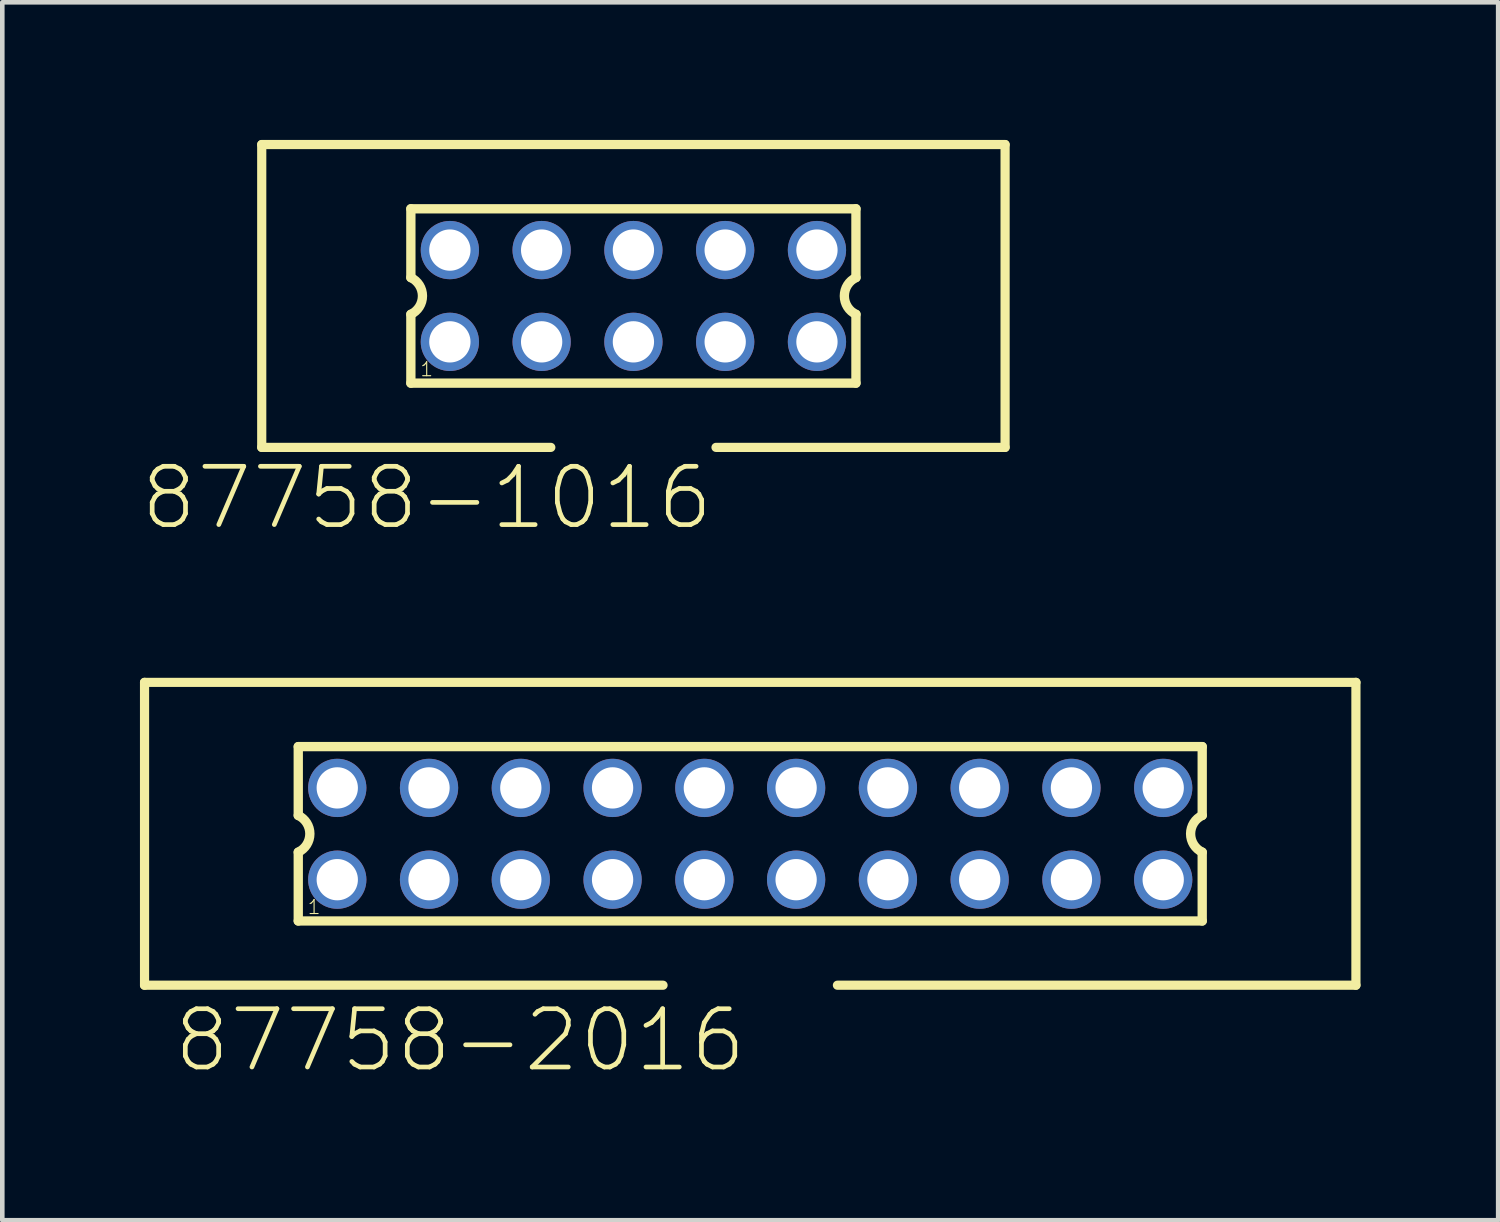
<source format=kicad_pcb>
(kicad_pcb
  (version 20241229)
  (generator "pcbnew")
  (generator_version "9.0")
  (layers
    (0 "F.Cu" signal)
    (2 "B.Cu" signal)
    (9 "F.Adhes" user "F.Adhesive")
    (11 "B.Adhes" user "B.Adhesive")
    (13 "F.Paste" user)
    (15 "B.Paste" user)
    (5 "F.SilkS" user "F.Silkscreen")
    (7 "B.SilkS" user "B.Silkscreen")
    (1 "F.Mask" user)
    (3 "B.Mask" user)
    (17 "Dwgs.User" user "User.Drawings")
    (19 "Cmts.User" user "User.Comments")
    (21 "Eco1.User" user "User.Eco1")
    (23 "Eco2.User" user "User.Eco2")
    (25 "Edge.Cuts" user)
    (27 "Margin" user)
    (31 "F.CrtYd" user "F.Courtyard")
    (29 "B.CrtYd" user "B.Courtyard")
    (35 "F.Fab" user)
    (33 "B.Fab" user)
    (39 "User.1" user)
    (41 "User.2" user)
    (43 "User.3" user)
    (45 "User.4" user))
  (footprint "87758-2016"
    (layer "F.Cu")
    (at 13.3 15.121)
    (property "Reference" "87758-2016" (at -6.324 4.5 0) (layer "F.SilkS") (effects (font (size 1.27 1.27) (thickness 0.102))))
    (attr through_hole)
    (fp_line (start -13.2 -3.3) (end -13.2 3.3) (stroke (width 0.2) (type solid)) (layer "F.SilkS"))
    (fp_line (start -13.2 -3.3) (end 13.2 -3.3) (stroke (width 0.2) (type solid)) (layer "F.SilkS"))
    (fp_line (start -13.2 3.3) (end -1.9 3.3) (stroke (width 0.2) (type solid)) (layer "F.SilkS"))
    (fp_line (start -9.85 -1.9) (end -9.85 -0.4) (stroke (width 0.203) (type solid)) (layer "F.SilkS"))
    (fp_line (start -9.85 0.4) (end -9.85 1.9) (stroke (width 0.203) (type solid)) (layer "F.SilkS"))
    (fp_line (start -9.85 1.9) (end 9.85 1.9) (stroke (width 0.203) (type solid)) (layer "F.SilkS"))
    (fp_line (start 9.85 -1.9) (end -9.85 -1.9) (stroke (width 0.203) (type solid)) (layer "F.SilkS"))
    (fp_line (start 9.85 -0.4) (end 9.85 -1.9) (stroke (width 0.203) (type solid)) (layer "F.SilkS"))
    (fp_line (start 9.85 1.9) (end 9.85 0.4) (stroke (width 0.203) (type solid)) (layer "F.SilkS"))
    (fp_line (start 13.2 -3.3) (end 13.2 3.3) (stroke (width 0.2) (type solid)) (layer "F.SilkS"))
    (fp_line (start 13.2 3.3) (end 1.9 3.3) (stroke (width 0.2) (type solid)) (layer "F.SilkS"))
    (fp_arc (start -9.85 -0.4) (mid -9.597168 0) (end -9.85 0.4) (stroke (width 0.2032) (type solid)) (layer "F.SilkS"))
    (fp_arc (start 9.85 0.4) (mid 9.597168 0) (end 9.85 -0.4) (stroke (width 0.2032) (type solid)) (layer "F.SilkS"))
    (fp_poly (pts (xy -9.25 -1.25) (xy -8.75 -1.25) (xy -8.75 -0.75) (xy -9.25 -0.75)) (stroke (width 0.1) (type solid)) (fill no) (layer "F.Fab"))
    (fp_poly (pts (xy -9.25 0.75) (xy -8.75 0.75) (xy -8.75 1.25) (xy -9.25 1.25)) (stroke (width 0.1) (type solid)) (fill no) (layer "F.Fab"))
    (fp_poly (pts (xy -7.25 -1.25) (xy -6.75 -1.25) (xy -6.75 -0.75) (xy -7.25 -0.75)) (stroke (width 0.1) (type solid)) (fill no) (layer "F.Fab"))
    (fp_poly (pts (xy -7.25 0.75) (xy -6.75 0.75) (xy -6.75 1.25) (xy -7.25 1.25)) (stroke (width 0.1) (type solid)) (fill no) (layer "F.Fab"))
    (fp_poly (pts (xy -5.25 -1.25) (xy -4.75 -1.25) (xy -4.75 -0.75) (xy -5.25 -0.75)) (stroke (width 0.1) (type solid)) (fill no) (layer "F.Fab"))
    (fp_poly (pts (xy -5.25 0.75) (xy -4.75 0.75) (xy -4.75 1.25) (xy -5.25 1.25)) (stroke (width 0.1) (type solid)) (fill no) (layer "F.Fab"))
    (fp_poly (pts (xy -3.25 -1.25) (xy -2.75 -1.25) (xy -2.75 -0.75) (xy -3.25 -0.75)) (stroke (width 0.1) (type solid)) (fill no) (layer "F.Fab"))
    (fp_poly (pts (xy -3.25 0.75) (xy -2.75 0.75) (xy -2.75 1.25) (xy -3.25 1.25)) (stroke (width 0.1) (type solid)) (fill no) (layer "F.Fab"))
    (fp_poly (pts (xy -1.25 -1.25) (xy -0.75 -1.25) (xy -0.75 -0.75) (xy -1.25 -0.75)) (stroke (width 0.1) (type solid)) (fill no) (layer "F.Fab"))
    (fp_poly (pts (xy -1.25 0.75) (xy -0.75 0.75) (xy -0.75 1.25) (xy -1.25 1.25)) (stroke (width 0.1) (type solid)) (fill no) (layer "F.Fab"))
    (fp_poly (pts (xy 0.75 -1.25) (xy 1.25 -1.25) (xy 1.25 -0.75) (xy 0.75 -0.75)) (stroke (width 0.1) (type solid)) (fill no) (layer "F.Fab"))
    (fp_poly (pts (xy 0.75 0.75) (xy 1.25 0.75) (xy 1.25 1.25) (xy 0.75 1.25)) (stroke (width 0.1) (type solid)) (fill no) (layer "F.Fab"))
    (fp_poly (pts (xy 2.75 -1.25) (xy 3.25 -1.25) (xy 3.25 -0.75) (xy 2.75 -0.75)) (stroke (width 0.1) (type solid)) (fill no) (layer "F.Fab"))
    (fp_poly (pts (xy 2.75 0.75) (xy 3.25 0.75) (xy 3.25 1.25) (xy 2.75 1.25)) (stroke (width 0.1) (type solid)) (fill no) (layer "F.Fab"))
    (fp_poly (pts (xy 4.75 -1.25) (xy 5.25 -1.25) (xy 5.25 -0.75) (xy 4.75 -0.75)) (stroke (width 0.1) (type solid)) (fill no) (layer "F.Fab"))
    (fp_poly (pts (xy 4.75 0.75) (xy 5.25 0.75) (xy 5.25 1.25) (xy 4.75 1.25)) (stroke (width 0.1) (type solid)) (fill no) (layer "F.Fab"))
    (fp_poly (pts (xy 6.75 -1.25) (xy 7.25 -1.25) (xy 7.25 -0.75) (xy 6.75 -0.75)) (stroke (width 0.1) (type solid)) (fill no) (layer "F.Fab"))
    (fp_poly (pts (xy 6.75 0.75) (xy 7.25 0.75) (xy 7.25 1.25) (xy 6.75 1.25)) (stroke (width 0.1) (type solid)) (fill no) (layer "F.Fab"))
    (fp_poly (pts (xy 8.75 -1.25) (xy 9.25 -1.25) (xy 9.25 -0.75) (xy 8.75 -0.75)) (stroke (width 0.1) (type solid)) (fill no) (layer "F.Fab"))
    (fp_poly (pts (xy 8.75 0.75) (xy 9.25 0.75) (xy 9.25 1.25) (xy 8.75 1.25)) (stroke (width 0.1) (type solid)) (fill no) (layer "F.Fab"))
    (fp_text user "1" (at -9.505 1.598 0) (layer "F.SilkS") (effects (font (size 0.305 0.305) (thickness 0.024))))
    (pad "1" thru_hole circle (at -9 1) (size 1.27 1.27) (drill 0.9) (layers "*.Cu" "*.Mask"))
    (pad "2" thru_hole circle (at -9 -1) (size 1.27 1.27) (drill 0.9) (layers "*.Cu" "*.Mask"))
    (pad "3" thru_hole circle (at -7 1) (size 1.27 1.27) (drill 0.9) (layers "*.Cu" "*.Mask"))
    (pad "4" thru_hole circle (at -7 -1) (size 1.27 1.27) (drill 0.9) (layers "*.Cu" "*.Mask"))
    (pad "5" thru_hole circle (at -5 1) (size 1.27 1.27) (drill 0.9) (layers "*.Cu" "*.Mask"))
    (pad "6" thru_hole circle (at -5 -1) (size 1.27 1.27) (drill 0.9) (layers "*.Cu" "*.Mask"))
    (pad "7" thru_hole circle (at -3 1) (size 1.27 1.27) (drill 0.9) (layers "*.Cu" "*.Mask"))
    (pad "8" thru_hole circle (at -3 -1) (size 1.27 1.27) (drill 0.9) (layers "*.Cu" "*.Mask"))
    (pad "9" thru_hole circle (at -1 1) (size 1.27 1.27) (drill 0.9) (layers "*.Cu" "*.Mask"))
    (pad "10" thru_hole circle (at -1 -1) (size 1.27 1.27) (drill 0.9) (layers "*.Cu" "*.Mask"))
    (pad "11" thru_hole circle (at 1 1) (size 1.27 1.27) (drill 0.9) (layers "*.Cu" "*.Mask"))
    (pad "12" thru_hole circle (at 1 -1) (size 1.27 1.27) (drill 0.9) (layers "*.Cu" "*.Mask"))
    (pad "13" thru_hole circle (at 3 1) (size 1.27 1.27) (drill 0.9) (layers "*.Cu" "*.Mask"))
    (pad "14" thru_hole circle (at 3 -1) (size 1.27 1.27) (drill 0.9) (layers "*.Cu" "*.Mask"))
    (pad "15" thru_hole circle (at 5 1) (size 1.27 1.27) (drill 0.9) (layers "*.Cu" "*.Mask"))
    (pad "16" thru_hole circle (at 5 -1) (size 1.27 1.27) (drill 0.9) (layers "*.Cu" "*.Mask"))
    (pad "17" thru_hole circle (at 7 1) (size 1.27 1.27) (drill 0.9) (layers "*.Cu" "*.Mask"))
    (pad "18" thru_hole circle (at 7 -1) (size 1.27 1.27) (drill 0.9) (layers "*.Cu" "*.Mask"))
    (pad "19" thru_hole circle (at 9 1) (size 1.27 1.27) (drill 0.9) (layers "*.Cu" "*.Mask"))
    (pad "20" thru_hole circle (at 9 -1) (size 1.27 1.27) (drill 0.9) (layers "*.Cu" "*.Mask")))
  (footprint "87758-1016"
    (layer "F.Cu")
    (at 10.754 3.4)
    (property "Reference" "87758-1016" (at -4.5 4.4 0) (layer "F.SilkS") (effects (font (size 1.27 1.27) (thickness 0.102))))
    (attr through_hole)
    (fp_line (start -8.1 -3.3) (end 8.1 -3.3) (stroke (width 0.2) (type solid)) (layer "F.SilkS"))
    (fp_line (start -8.1 3.3) (end -8.1 -3.3) (stroke (width 0.2) (type solid)) (layer "F.SilkS"))
    (fp_line (start -8.1 3.3) (end -1.8 3.3) (stroke (width 0.2) (type solid)) (layer "F.SilkS"))
    (fp_line (start -4.85 -1.9) (end -4.85 -0.4) (stroke (width 0.203) (type solid)) (layer "F.SilkS"))
    (fp_line (start -4.85 0.4) (end -4.85 1.9) (stroke (width 0.203) (type solid)) (layer "F.SilkS"))
    (fp_line (start -4.85 1.9) (end 4.85 1.9) (stroke (width 0.203) (type solid)) (layer "F.SilkS"))
    (fp_line (start 4.85 -1.9) (end -4.85 -1.9) (stroke (width 0.203) (type solid)) (layer "F.SilkS"))
    (fp_line (start 4.85 -0.4) (end 4.85 -1.9) (stroke (width 0.203) (type solid)) (layer "F.SilkS"))
    (fp_line (start 4.85 1.9) (end 4.85 0.4) (stroke (width 0.203) (type solid)) (layer "F.SilkS"))
    (fp_line (start 8.1 -3.3) (end 8.1 3.3) (stroke (width 0.2) (type solid)) (layer "F.SilkS"))
    (fp_line (start 8.1 3.3) (end 1.8 3.3) (stroke (width 0.2) (type solid)) (layer "F.SilkS"))
    (fp_arc (start -4.85 -0.4) (mid -4.597168 0) (end -4.85 0.4) (stroke (width 0.2032) (type solid)) (layer "F.SilkS"))
    (fp_arc (start 4.85 0.4) (mid 4.597168 0) (end 4.85 -0.4) (stroke (width 0.2032) (type solid)) (layer "F.SilkS"))
    (fp_poly (pts (xy -4.25 -1.25) (xy -3.75 -1.25) (xy -3.75 -0.75) (xy -4.25 -0.75)) (stroke (width 0.1) (type solid)) (fill no) (layer "F.Fab"))
    (fp_poly (pts (xy -4.25 0.75) (xy -3.75 0.75) (xy -3.75 1.25) (xy -4.25 1.25)) (stroke (width 0.1) (type solid)) (fill no) (layer "F.Fab"))
    (fp_poly (pts (xy -2.25 -1.25) (xy -1.75 -1.25) (xy -1.75 -0.75) (xy -2.25 -0.75)) (stroke (width 0.1) (type solid)) (fill no) (layer "F.Fab"))
    (fp_poly (pts (xy -2.25 0.75) (xy -1.75 0.75) (xy -1.75 1.25) (xy -2.25 1.25)) (stroke (width 0.1) (type solid)) (fill no) (layer "F.Fab"))
    (fp_poly (pts (xy -0.25 -1.25) (xy 0.25 -1.25) (xy 0.25 -0.75) (xy -0.25 -0.75)) (stroke (width 0.1) (type solid)) (fill no) (layer "F.Fab"))
    (fp_poly (pts (xy -0.25 0.75) (xy 0.25 0.75) (xy 0.25 1.25) (xy -0.25 1.25)) (stroke (width 0.1) (type solid)) (fill no) (layer "F.Fab"))
    (fp_poly (pts (xy 1.75 -1.25) (xy 2.25 -1.25) (xy 2.25 -0.75) (xy 1.75 -0.75)) (stroke (width 0.1) (type solid)) (fill no) (layer "F.Fab"))
    (fp_poly (pts (xy 1.75 0.75) (xy 2.25 0.75) (xy 2.25 1.25) (xy 1.75 1.25)) (stroke (width 0.1) (type solid)) (fill no) (layer "F.Fab"))
    (fp_poly (pts (xy 3.75 -1.25) (xy 4.25 -1.25) (xy 4.25 -0.75) (xy 3.75 -0.75)) (stroke (width 0.1) (type solid)) (fill no) (layer "F.Fab"))
    (fp_poly (pts (xy 3.75 0.75) (xy 4.25 0.75) (xy 4.25 1.25) (xy 3.75 1.25)) (stroke (width 0.1) (type solid)) (fill no) (layer "F.Fab"))
    (fp_text user "1" (at -4.505 1.598 0) (layer "F.SilkS") (effects (font (size 0.305 0.305) (thickness 0.024))))
    (pad "1" thru_hole circle (at -4 1) (size 1.27 1.27) (drill 0.9) (layers "*.Cu" "*.Mask"))
    (pad "2" thru_hole circle (at -4 -1) (size 1.27 1.27) (drill 0.9) (layers "*.Cu" "*.Mask"))
    (pad "3" thru_hole circle (at -2 1) (size 1.27 1.27) (drill 0.9) (layers "*.Cu" "*.Mask"))
    (pad "4" thru_hole circle (at -2 -1) (size 1.27 1.27) (drill 0.9) (layers "*.Cu" "*.Mask"))
    (pad "5" thru_hole circle (at 0 1) (size 1.27 1.27) (drill 0.9) (layers "*.Cu" "*.Mask"))
    (pad "6" thru_hole circle (at 0 -1) (size 1.27 1.27) (drill 0.9) (layers "*.Cu" "*.Mask"))
    (pad "7" thru_hole circle (at 2 1) (size 1.27 1.27) (drill 0.9) (layers "*.Cu" "*.Mask"))
    (pad "8" thru_hole circle (at 2 -1) (size 1.27 1.27) (drill 0.9) (layers "*.Cu" "*.Mask"))
    (pad "9" thru_hole circle (at 4 1) (size 1.27 1.27) (drill 0.9) (layers "*.Cu" "*.Mask"))
    (pad "10" thru_hole circle (at 4 -1) (size 1.27 1.27) (drill 0.9) (layers "*.Cu" "*.Mask")))
  (gr_rect
    (start -3 -3)
    (end 29.6 23.543)
    (stroke (width 0.1) (type default))
    (fill no)
    (layer "Edge.Cuts")))
</source>
